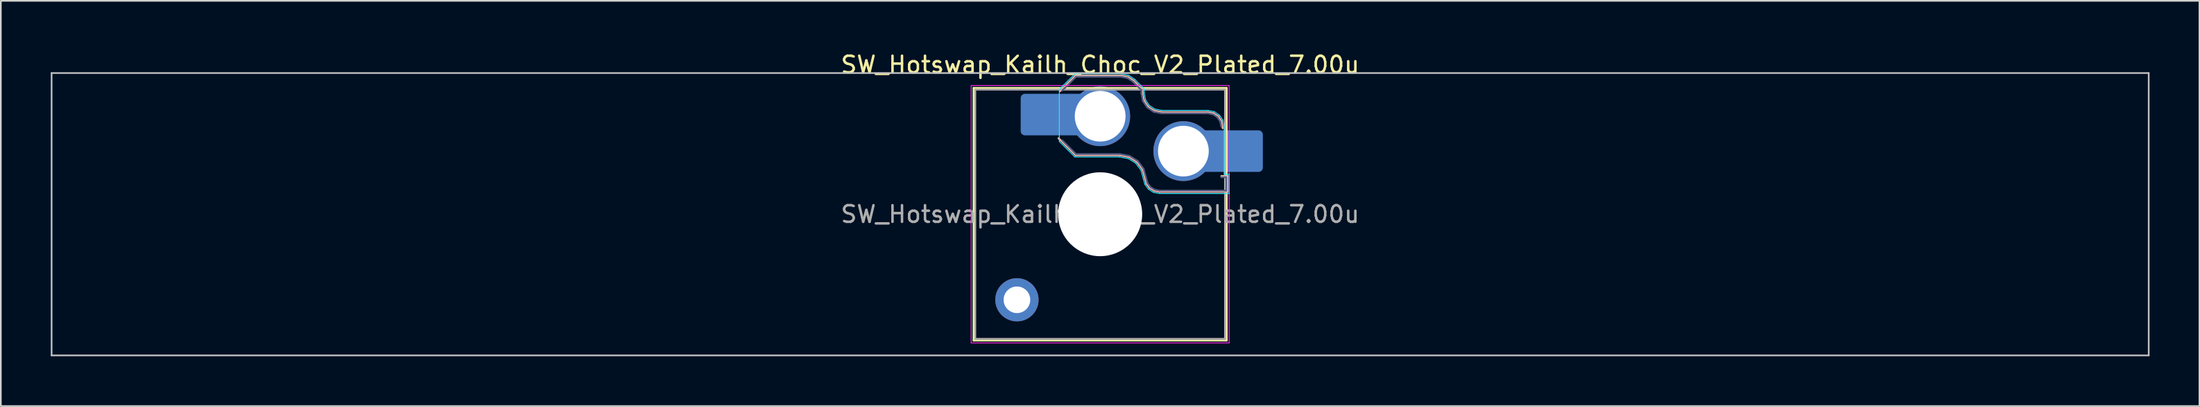
<source format=kicad_pcb>
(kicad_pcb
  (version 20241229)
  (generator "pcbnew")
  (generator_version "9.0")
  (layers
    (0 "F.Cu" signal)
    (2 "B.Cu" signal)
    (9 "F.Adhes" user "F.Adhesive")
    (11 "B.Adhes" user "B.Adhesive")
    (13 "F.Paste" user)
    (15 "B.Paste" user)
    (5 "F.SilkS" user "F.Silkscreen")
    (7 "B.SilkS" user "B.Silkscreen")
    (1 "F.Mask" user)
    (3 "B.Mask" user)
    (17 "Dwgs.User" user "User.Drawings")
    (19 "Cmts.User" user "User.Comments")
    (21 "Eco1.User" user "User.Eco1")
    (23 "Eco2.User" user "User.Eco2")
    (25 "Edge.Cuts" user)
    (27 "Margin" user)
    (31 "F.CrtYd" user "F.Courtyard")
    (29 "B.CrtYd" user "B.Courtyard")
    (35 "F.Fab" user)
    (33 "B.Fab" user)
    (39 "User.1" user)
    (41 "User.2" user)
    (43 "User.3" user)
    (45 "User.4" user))
  (footprint "SW_Hotswap_Kailh_Choc_V2_Plated_7.00u"
    (layer "F.Cu")
    (at 63.05 9.848)
    (property "Reference" "SW_Hotswap_Kailh_Choc_V2_Plated_7.00u" (at 0 -9 0) (layer "F.SilkS") (effects (font (size 1 1) (thickness 0.15))))
    (attr smd)
    (fp_line (start -7.6 -7.6) (end -7.6 7.6) (stroke (width 0.12) (type solid)) (layer "F.SilkS"))
    (fp_line (start -7.6 7.6) (end 7.6 7.6) (stroke (width 0.12) (type solid)) (layer "F.SilkS"))
    (fp_line (start 7.6 -7.6) (end -7.6 -7.6) (stroke (width 0.12) (type solid)) (layer "F.SilkS"))
    (fp_line (start 7.6 7.6) (end 7.6 -7.6) (stroke (width 0.12) (type solid)) (layer "F.SilkS"))
    (fp_line (start -2.416 -7.409) (end -1.479 -8.346) (stroke (width 0.12) (type solid)) (layer "B.SilkS"))
    (fp_line (start -1.479 -8.346) (end 1.268 -8.346) (stroke (width 0.12) (type solid)) (layer "B.SilkS"))
    (fp_line (start -1.479 -3.554) (end -2.5 -4.575) (stroke (width 0.12) (type solid)) (layer "B.SilkS"))
    (fp_line (start 1.168 -3.554) (end -1.479 -3.554) (stroke (width 0.12) (type solid)) (layer "B.SilkS"))
    (fp_line (start 1.268 -8.346) (end 1.671 -8.266) (stroke (width 0.12) (type solid)) (layer "B.SilkS"))
    (fp_line (start 1.671 -8.266) (end 2.013 -8.037) (stroke (width 0.12) (type solid)) (layer "B.SilkS"))
    (fp_line (start 1.73 -3.449) (end 1.168 -3.554) (stroke (width 0.12) (type solid)) (layer "B.SilkS"))
    (fp_line (start 2.013 -8.037) (end 2.546 -7.504) (stroke (width 0.12) (type solid)) (layer "B.SilkS"))
    (fp_line (start 2.209 -3.15) (end 1.73 -3.449) (stroke (width 0.12) (type solid)) (layer "B.SilkS"))
    (fp_line (start 2.546 -7.504) (end 2.546 -7.282) (stroke (width 0.12) (type solid)) (layer "B.SilkS"))
    (fp_line (start 2.546 -7.282) (end 2.633 -6.844) (stroke (width 0.12) (type solid)) (layer "B.SilkS"))
    (fp_line (start 2.547 -2.697) (end 2.209 -3.15) (stroke (width 0.12) (type solid)) (layer "B.SilkS"))
    (fp_line (start 2.633 -6.844) (end 2.877 -6.477) (stroke (width 0.12) (type solid)) (layer "B.SilkS"))
    (fp_line (start 2.701 -2.139) (end 2.547 -2.697) (stroke (width 0.12) (type solid)) (layer "B.SilkS"))
    (fp_line (start 2.783 -1.841) (end 2.701 -2.139) (stroke (width 0.12) (type solid)) (layer "B.SilkS"))
    (fp_line (start 2.877 -6.477) (end 3.244 -6.233) (stroke (width 0.12) (type solid)) (layer "B.SilkS"))
    (fp_line (start 2.976 -1.583) (end 2.783 -1.841) (stroke (width 0.12) (type solid)) (layer "B.SilkS"))
    (fp_line (start 3.244 -6.233) (end 3.682 -6.146) (stroke (width 0.12) (type solid)) (layer "B.SilkS"))
    (fp_line (start 3.25 -1.413) (end 2.976 -1.583) (stroke (width 0.12) (type solid)) (layer "B.SilkS"))
    (fp_line (start 3.56 -1.354) (end 3.25 -1.413) (stroke (width 0.12) (type solid)) (layer "B.SilkS"))
    (fp_line (start 3.682 -6.146) (end 6.482 -6.146) (stroke (width 0.12) (type solid)) (layer "B.SilkS"))
    (fp_line (start 6.482 -6.146) (end 6.809 -6.081) (stroke (width 0.12) (type solid)) (layer "B.SilkS"))
    (fp_line (start 6.809 -6.081) (end 7.092 -5.892) (stroke (width 0.12) (type solid)) (layer "B.SilkS"))
    (fp_line (start 7.092 -5.892) (end 7.281 -5.609) (stroke (width 0.12) (type solid)) (layer "B.SilkS"))
    (fp_line (start 7.281 -5.609) (end 7.366 -5.182) (stroke (width 0.12) (type solid)) (layer "B.SilkS"))
    (fp_line (start 7.283 -2.296) (end 7.646 -2.296) (stroke (width 0.12) (type solid)) (layer "B.SilkS"))
    (fp_line (start 7.646 -2.296) (end 7.646 -1.354) (stroke (width 0.12) (type solid)) (layer "B.SilkS"))
    (fp_line (start 7.646 -1.354) (end 3.56 -1.354) (stroke (width 0.12) (type solid)) (layer "B.SilkS"))
    (fp_line (start -63 -8.5) (end -63 8.5) (stroke (width 0.1) (type solid)) (layer "Dwgs.User"))
    (fp_line (start -63 8.5) (end 63 8.5) (stroke (width 0.1) (type solid)) (layer "Dwgs.User"))
    (fp_line (start 63 -8.5) (end -63 -8.5) (stroke (width 0.1) (type solid)) (layer "Dwgs.User"))
    (fp_line (start 63 8.5) (end 63 -8.5) (stroke (width 0.1) (type solid)) (layer "Dwgs.User"))
    (fp_line (start -7.25 -7.25) (end -7.25 7.25) (stroke (width 0.1) (type solid)) (layer "Eco1.User"))
    (fp_line (start -7.25 7.25) (end 7.25 7.25) (stroke (width 0.1) (type solid)) (layer "Eco1.User"))
    (fp_line (start 7.25 -7.25) (end -7.25 -7.25) (stroke (width 0.1) (type solid)) (layer "Eco1.User"))
    (fp_line (start 7.25 7.25) (end 7.25 -7.25) (stroke (width 0.1) (type solid)) (layer "Eco1.User"))
    (fp_line (start -2.452 -7.523) (end -1.523 -8.452) (stroke (width 0.05) (type solid)) (layer "B.CrtYd"))
    (fp_line (start -2.452 -4.377) (end -2.452 -7.523) (stroke (width 0.05) (type solid)) (layer "B.CrtYd"))
    (fp_line (start -1.523 -8.452) (end 1.278 -8.452) (stroke (width 0.05) (type solid)) (layer "B.CrtYd"))
    (fp_line (start -1.523 -3.448) (end -2.452 -4.377) (stroke (width 0.05) (type solid)) (layer "B.CrtYd"))
    (fp_line (start 1.159 -3.448) (end -1.523 -3.448) (stroke (width 0.05) (type solid)) (layer "B.CrtYd"))
    (fp_line (start 1.278 -8.452) (end 1.712 -8.366) (stroke (width 0.05) (type solid)) (layer "B.CrtYd"))
    (fp_line (start 1.691 -3.348) (end 1.159 -3.448) (stroke (width 0.05) (type solid)) (layer "B.CrtYd"))
    (fp_line (start 1.712 -8.366) (end 2.081 -8.119) (stroke (width 0.05) (type solid)) (layer "B.CrtYd"))
    (fp_line (start 2.081 -8.119) (end 2.652 -7.548) (stroke (width 0.05) (type solid)) (layer "B.CrtYd"))
    (fp_line (start 2.136 -3.071) (end 1.691 -3.348) (stroke (width 0.05) (type solid)) (layer "B.CrtYd"))
    (fp_line (start 2.45 -2.65) (end 2.136 -3.071) (stroke (width 0.05) (type solid)) (layer "B.CrtYd"))
    (fp_line (start 2.599 -2.111) (end 2.45 -2.65) (stroke (width 0.05) (type solid)) (layer "B.CrtYd"))
    (fp_line (start 2.652 -7.548) (end 2.652 -7.292) (stroke (width 0.05) (type solid)) (layer "B.CrtYd"))
    (fp_line (start 2.652 -7.292) (end 2.733 -6.885) (stroke (width 0.05) (type solid)) (layer "B.CrtYd"))
    (fp_line (start 2.687 -1.794) (end 2.599 -2.111) (stroke (width 0.05) (type solid)) (layer "B.CrtYd"))
    (fp_line (start 2.733 -6.885) (end 2.953 -6.553) (stroke (width 0.05) (type solid)) (layer "B.CrtYd"))
    (fp_line (start 2.903 -1.503) (end 2.687 -1.794) (stroke (width 0.05) (type solid)) (layer "B.CrtYd"))
    (fp_line (start 2.953 -6.553) (end 3.285 -6.333) (stroke (width 0.05) (type solid)) (layer "B.CrtYd"))
    (fp_line (start 3.211 -1.312) (end 2.903 -1.503) (stroke (width 0.05) (type solid)) (layer "B.CrtYd"))
    (fp_line (start 3.285 -6.333) (end 3.692 -6.252) (stroke (width 0.05) (type solid)) (layer "B.CrtYd"))
    (fp_line (start 3.55 -1.248) (end 3.211 -1.312) (stroke (width 0.05) (type solid)) (layer "B.CrtYd"))
    (fp_line (start 3.692 -6.252) (end 6.492 -6.252) (stroke (width 0.05) (type solid)) (layer "B.CrtYd"))
    (fp_line (start 6.492 -6.252) (end 6.85 -6.181) (stroke (width 0.05) (type solid)) (layer "B.CrtYd"))
    (fp_line (start 6.85 -6.181) (end 7.168 -5.968) (stroke (width 0.05) (type solid)) (layer "B.CrtYd"))
    (fp_line (start 7.168 -5.968) (end 7.381 -5.65) (stroke (width 0.05) (type solid)) (layer "B.CrtYd"))
    (fp_line (start 7.381 -5.65) (end 7.452 -5.292) (stroke (width 0.05) (type solid)) (layer "B.CrtYd"))
    (fp_line (start 7.452 -5.292) (end 7.452 -2.402) (stroke (width 0.05) (type solid)) (layer "B.CrtYd"))
    (fp_line (start 7.452 -2.402) (end 7.752 -2.402) (stroke (width 0.05) (type solid)) (layer "B.CrtYd"))
    (fp_line (start 7.752 -2.402) (end 7.752 -1.248) (stroke (width 0.05) (type solid)) (layer "B.CrtYd"))
    (fp_line (start 7.752 -1.248) (end 3.55 -1.248) (stroke (width 0.05) (type solid)) (layer "B.CrtYd"))
    (fp_line (start -7.75 -7.75) (end -7.75 7.75) (stroke (width 0.05) (type solid)) (layer "F.CrtYd"))
    (fp_line (start -7.75 7.75) (end 7.75 7.75) (stroke (width 0.05) (type solid)) (layer "F.CrtYd"))
    (fp_line (start 7.75 -7.75) (end -7.75 -7.75) (stroke (width 0.05) (type solid)) (layer "F.CrtYd"))
    (fp_line (start 7.75 7.75) (end 7.75 -7.75) (stroke (width 0.05) (type solid)) (layer "F.CrtYd"))
    (fp_line (start -2.275 -7.45) (end -1.45 -8.275) (stroke (width 0.1) (type solid)) (layer "B.Fab"))
    (fp_line (start -1.45 -8.275) (end 1.261 -8.275) (stroke (width 0.1) (type solid)) (layer "B.Fab"))
    (fp_line (start -1.45 -3.625) (end -2.275 -4.45) (stroke (width 0.1) (type solid)) (layer "B.Fab"))
    (fp_line (start 1.175 -3.625) (end -1.45 -3.625) (stroke (width 0.1) (type solid)) (layer "B.Fab"))
    (fp_line (start 1.261 -8.275) (end 1.643 -8.199) (stroke (width 0.1) (type solid)) (layer "B.Fab"))
    (fp_line (start 1.643 -8.199) (end 1.968 -7.982) (stroke (width 0.1) (type solid)) (layer "B.Fab"))
    (fp_line (start 1.756 -3.516) (end 1.175 -3.625) (stroke (width 0.1) (type solid)) (layer "B.Fab"))
    (fp_line (start 1.968 -7.982) (end 2.475 -7.475) (stroke (width 0.1) (type solid)) (layer "B.Fab"))
    (fp_line (start 2.258 -3.203) (end 1.756 -3.516) (stroke (width 0.1) (type solid)) (layer "B.Fab"))
    (fp_line (start 2.475 -7.475) (end 2.475 -7.275) (stroke (width 0.1) (type solid)) (layer "B.Fab"))
    (fp_line (start 2.475 -7.275) (end 2.566 -6.816) (stroke (width 0.1) (type solid)) (layer "B.Fab"))
    (fp_line (start 2.566 -6.816) (end 2.826 -6.426) (stroke (width 0.1) (type solid)) (layer "B.Fab"))
    (fp_line (start 2.612 -2.729) (end 2.258 -3.203) (stroke (width 0.1) (type solid)) (layer "B.Fab"))
    (fp_line (start 2.769 -2.158) (end 2.612 -2.729) (stroke (width 0.1) (type solid)) (layer "B.Fab"))
    (fp_line (start 2.826 -6.426) (end 3.216 -6.166) (stroke (width 0.1) (type solid)) (layer "B.Fab"))
    (fp_line (start 2.848 -1.873) (end 2.769 -2.158) (stroke (width 0.1) (type solid)) (layer "B.Fab"))
    (fp_line (start 3.025 -1.636) (end 2.848 -1.873) (stroke (width 0.1) (type solid)) (layer "B.Fab"))
    (fp_line (start 3.216 -6.166) (end 3.675 -6.075) (stroke (width 0.1) (type solid)) (layer "B.Fab"))
    (fp_line (start 3.276 -1.48) (end 3.025 -1.636) (stroke (width 0.1) (type solid)) (layer "B.Fab"))
    (fp_line (start 3.567 -1.425) (end 3.276 -1.48) (stroke (width 0.1) (type solid)) (layer "B.Fab"))
    (fp_line (start 3.675 -6.075) (end 6.475 -6.075) (stroke (width 0.1) (type solid)) (layer "B.Fab"))
    (fp_line (start 6.475 -6.075) (end 6.781 -6.014) (stroke (width 0.1) (type solid)) (layer "B.Fab"))
    (fp_line (start 6.781 -6.014) (end 7.041 -5.841) (stroke (width 0.1) (type solid)) (layer "B.Fab"))
    (fp_line (start 7.041 -5.841) (end 7.214 -5.581) (stroke (width 0.1) (type solid)) (layer "B.Fab"))
    (fp_line (start 7.214 -5.581) (end 7.275 -5.275) (stroke (width 0.1) (type solid)) (layer "B.Fab"))
    (fp_line (start 7.275 -2.225) (end 7.575 -2.225) (stroke (width 0.1) (type solid)) (layer "B.Fab"))
    (fp_line (start 7.575 -2.225) (end 7.575 -1.425) (stroke (width 0.1) (type solid)) (layer "B.Fab"))
    (fp_line (start 7.575 -1.425) (end 3.567 -1.425) (stroke (width 0.1) (type solid)) (layer "B.Fab"))
    (fp_line (start -7.5 -7.5) (end -7.5 7.5) (stroke (width 0.1) (type solid)) (layer "F.Fab"))
    (fp_line (start -7.5 7.5) (end 7.5 7.5) (stroke (width 0.1) (type solid)) (layer "F.Fab"))
    (fp_line (start 7.5 -7.5) (end -7.5 -7.5) (stroke (width 0.1) (type solid)) (layer "F.Fab"))
    (fp_line (start 7.5 7.5) (end 7.5 -7.5) (stroke (width 0.1) (type solid)) (layer "F.Fab"))
    (fp_text user "${REFERENCE}" (at 0 0 0) (layer "F.Fab") (effects (font (size 1 1) (thickness 0.15))))
    (pad "" thru_hole circle (at -5 5.15) (size 2.6 2.6) (drill 1.6) (layers "*.Cu" "*.Mask"))
    (pad "" smd roundrect (at -3.5 -6) (size 2.55 2.5) (layers "B.Mask" "B.Paste") (roundrect_rratio 0.1))
    (pad "" np_thru_hole circle (at 0 0) (size 5.05 5.05) (drill 5.05) (layers "*.Cu" "*.Mask"))
    (pad "" smd roundrect (at 8.5 -3.8) (size 2.55 2.5) (layers "B.Mask" "B.Paste") (roundrect_rratio 0.1))
    (pad "1" smd roundrect (at -2.85 -6) (size 3.85 2.5) (layers "B.Cu") (roundrect_rratio 0.1))
    (pad "1" thru_hole circle (at 0 -5.9) (size 3.6 3.6) (drill 3.05) (layers "*.Cu" "*.Mask"))
    (pad "2" thru_hole circle (at 5 -3.8) (size 3.6 3.6) (drill 3.05) (layers "*.Cu" "*.Mask"))
    (pad "2" smd roundrect (at 7.85 -3.8) (size 3.85 2.5) (layers "B.Cu") (roundrect_rratio 0.1)))
  (gr_rect
    (start -3 -3)
    (end 129.1 21.398)
    (stroke (width 0.1) (type default))
    (fill no)
    (layer "Edge.Cuts")))
</source>
